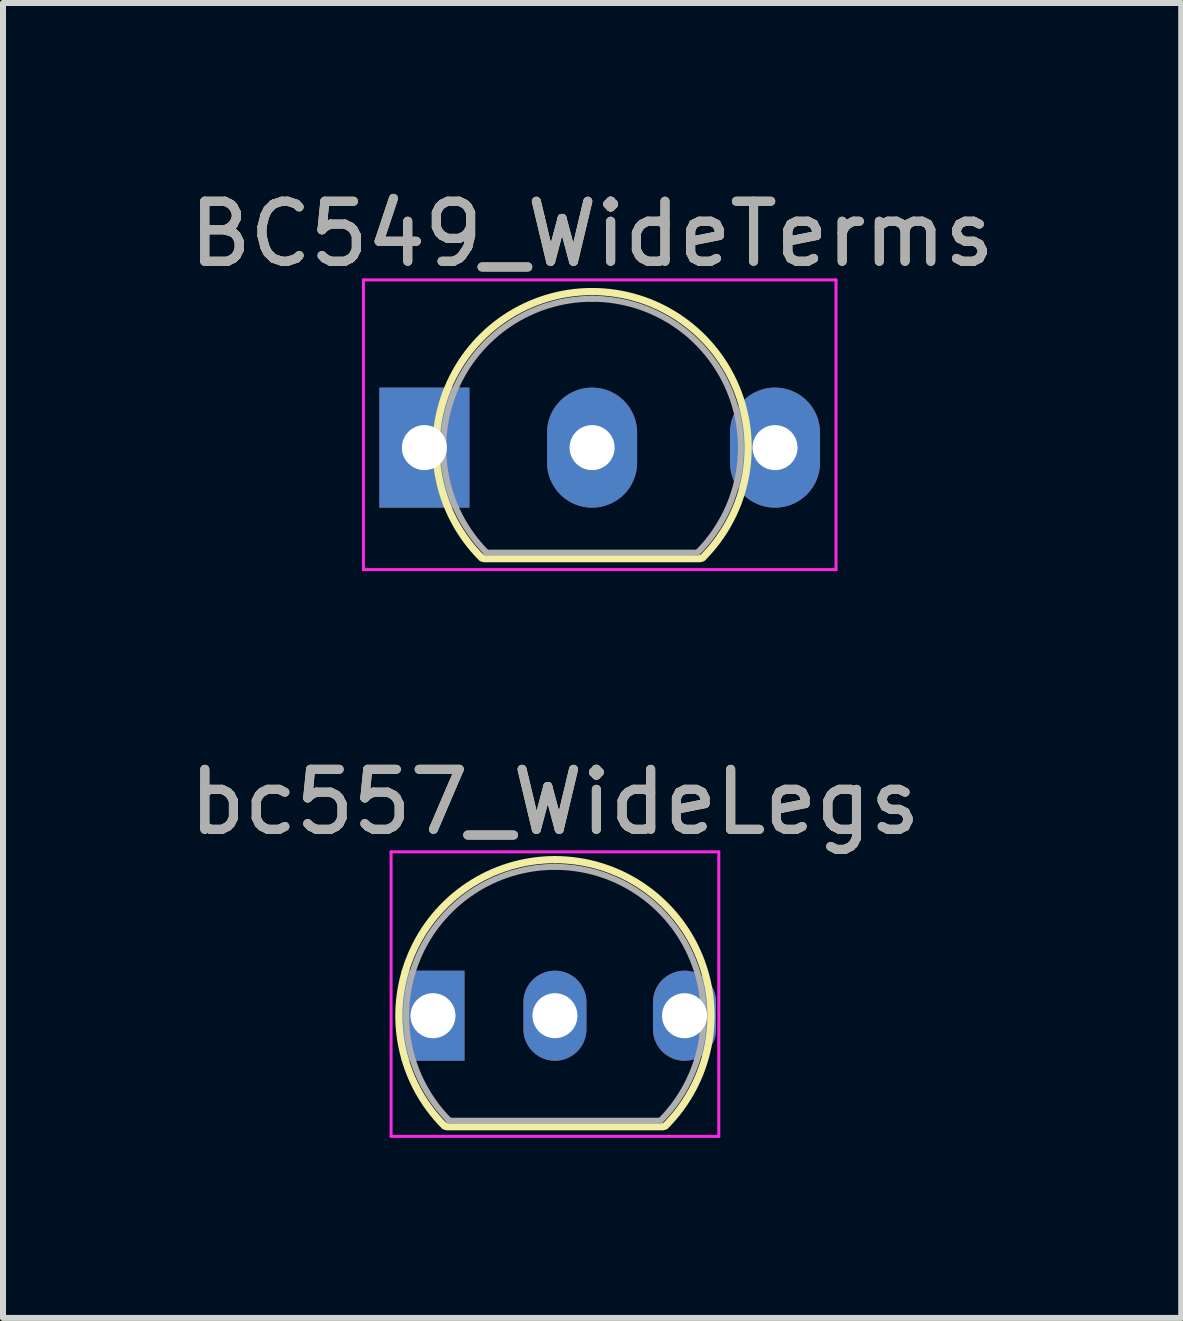
<source format=kicad_pcb>
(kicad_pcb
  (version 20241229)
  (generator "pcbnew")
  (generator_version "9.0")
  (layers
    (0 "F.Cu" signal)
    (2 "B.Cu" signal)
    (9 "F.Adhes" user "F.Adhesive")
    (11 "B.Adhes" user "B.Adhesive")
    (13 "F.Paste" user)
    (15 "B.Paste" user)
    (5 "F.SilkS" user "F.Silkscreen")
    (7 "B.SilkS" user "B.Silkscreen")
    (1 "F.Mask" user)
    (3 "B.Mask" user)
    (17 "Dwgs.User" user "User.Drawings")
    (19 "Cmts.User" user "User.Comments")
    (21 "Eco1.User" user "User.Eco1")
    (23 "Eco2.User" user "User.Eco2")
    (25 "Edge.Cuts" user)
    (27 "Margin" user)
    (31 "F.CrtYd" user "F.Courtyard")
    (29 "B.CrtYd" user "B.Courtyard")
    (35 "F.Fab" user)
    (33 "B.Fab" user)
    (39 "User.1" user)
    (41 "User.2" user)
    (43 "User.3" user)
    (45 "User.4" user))
  (footprint "BC549_WideTerms"
    (layer "F.Cu")
    (at 4.021 4.408)
    (property "Reference" "BC549_WideTerms" (at 2.794 -3.56 0) (layer "F.SilkS") (effects (font (size 1 1) (thickness 0.15))))
    (attr through_hole)
    (fp_line (start 0.994 1.85) (end 4.594 1.85) (stroke (width 0.12) (type solid)) (layer "F.SilkS"))
    (fp_arc (start 0.955522 1.838478) (mid 0.391913 -0.994977) (end 2.794 -2.6) (stroke (width 0.12) (type solid)) (layer "F.SilkS"))
    (fp_arc (start 2.794 -2.6) (mid 5.196087 -0.994977) (end 4.632478 1.838478) (stroke (width 0.12) (type solid)) (layer "F.SilkS"))
    (fp_line (start -1.016 -2.794) (end -1.016 2.032) (stroke (width 0.05) (type solid)) (layer "F.CrtYd"))
    (fp_line (start -1.016 -2.794) (end 6.858 -2.794) (stroke (width 0.05) (type solid)) (layer "F.CrtYd"))
    (fp_line (start 6.858 2.032) (end -1.016 2.032) (stroke (width 0.05) (type solid)) (layer "F.CrtYd"))
    (fp_line (start 6.858 2.032) (end 6.858 -2.794) (stroke (width 0.05) (type solid)) (layer "F.CrtYd"))
    (fp_line (start 1.024 1.75) (end 4.524 1.75) (stroke (width 0.1) (type solid)) (layer "F.Fab"))
    (fp_arc (start 1.040375 1.753625) (mid 0.502779 -0.949055) (end 2.794 -2.48) (stroke (width 0.1) (type solid)) (layer "F.Fab"))
    (fp_arc (start 2.794 -2.48) (mid 5.085221 -0.949055) (end 4.547625 1.753625) (stroke (width 0.1) (type solid)) (layer "F.Fab"))
    (fp_text user "${REFERENCE}" (at 2.794 -3.56 0) (layer "F.Fab") (effects (font (size 1 1) (thickness 0.15))))
    (pad "1" thru_hole rect (at 0 0) (size 1.5 2) (drill 0.75) (layers "*.Cu" "*.Mask"))
    (pad "2" thru_hole oval (at 2.794 0) (size 1.5 2) (drill 0.75) (layers "*.Cu" "*.Mask"))
    (pad "3" thru_hole oval (at 5.842 0) (size 1.5 2) (drill 0.75) (layers "*.Cu" "*.Mask")))
  (footprint "bc557_WideLegs"
    (layer "F.Cu")
    (at 4.926 13.873)
    (property "Reference" "bc557_WideLegs" (at 1.27 -3.56 0) (layer "F.SilkS") (effects (font (size 1 1) (thickness 0.15))))
    (attr through_hole)
    (fp_line (start -0.53 1.85) (end 3.07 1.85) (stroke (width 0.12) (type solid)) (layer "F.SilkS"))
    (fp_arc (start -0.568478 1.838478) (mid -1.132087 -0.994977) (end 1.27 -2.6) (stroke (width 0.12) (type solid)) (layer "F.SilkS"))
    (fp_arc (start 1.27 -2.6) (mid 3.672087 -0.994977) (end 3.108478 1.838478) (stroke (width 0.12) (type solid)) (layer "F.SilkS"))
    (fp_line (start -1.46 -2.73) (end -1.46 2.01) (stroke (width 0.05) (type solid)) (layer "F.CrtYd"))
    (fp_line (start -1.46 -2.73) (end 4 -2.73) (stroke (width 0.05) (type solid)) (layer "F.CrtYd"))
    (fp_line (start 4 2.01) (end -1.46 2.01) (stroke (width 0.05) (type solid)) (layer "F.CrtYd"))
    (fp_line (start 4 2.01) (end 4 -2.73) (stroke (width 0.05) (type solid)) (layer "F.CrtYd"))
    (fp_line (start -0.5 1.75) (end 3 1.75) (stroke (width 0.1) (type solid)) (layer "F.Fab"))
    (fp_arc (start -0.483625 1.753625) (mid -1.021221 -0.949055) (end 1.27 -2.48) (stroke (width 0.1) (type solid)) (layer "F.Fab"))
    (fp_arc (start 1.27 -2.48) (mid 3.561221 -0.949055) (end 3.023625 1.753625) (stroke (width 0.1) (type solid)) (layer "F.Fab"))
    (fp_text user "${REFERENCE}" (at 1.27 -3.56 0) (layer "F.Fab") (effects (font (size 1 1) (thickness 0.15))))
    (pad "1" thru_hole rect (at -0.762 0) (size 1.05 1.5) (drill 0.75) (layers "*.Cu" "*.Mask"))
    (pad "2" thru_hole oval (at 1.27 0) (size 1.05 1.5) (drill 0.75) (layers "*.Cu" "*.Mask"))
    (pad "3" thru_hole oval (at 3.429 0) (size 1.05 1.5) (drill 0.75) (layers "*.Cu" "*.Mask")))
  (gr_rect
    (start -3 -3)
    (end 16.631 18.909)
    (stroke (width 0.1) (type default))
    (fill no)
    (layer "Edge.Cuts")))
</source>
